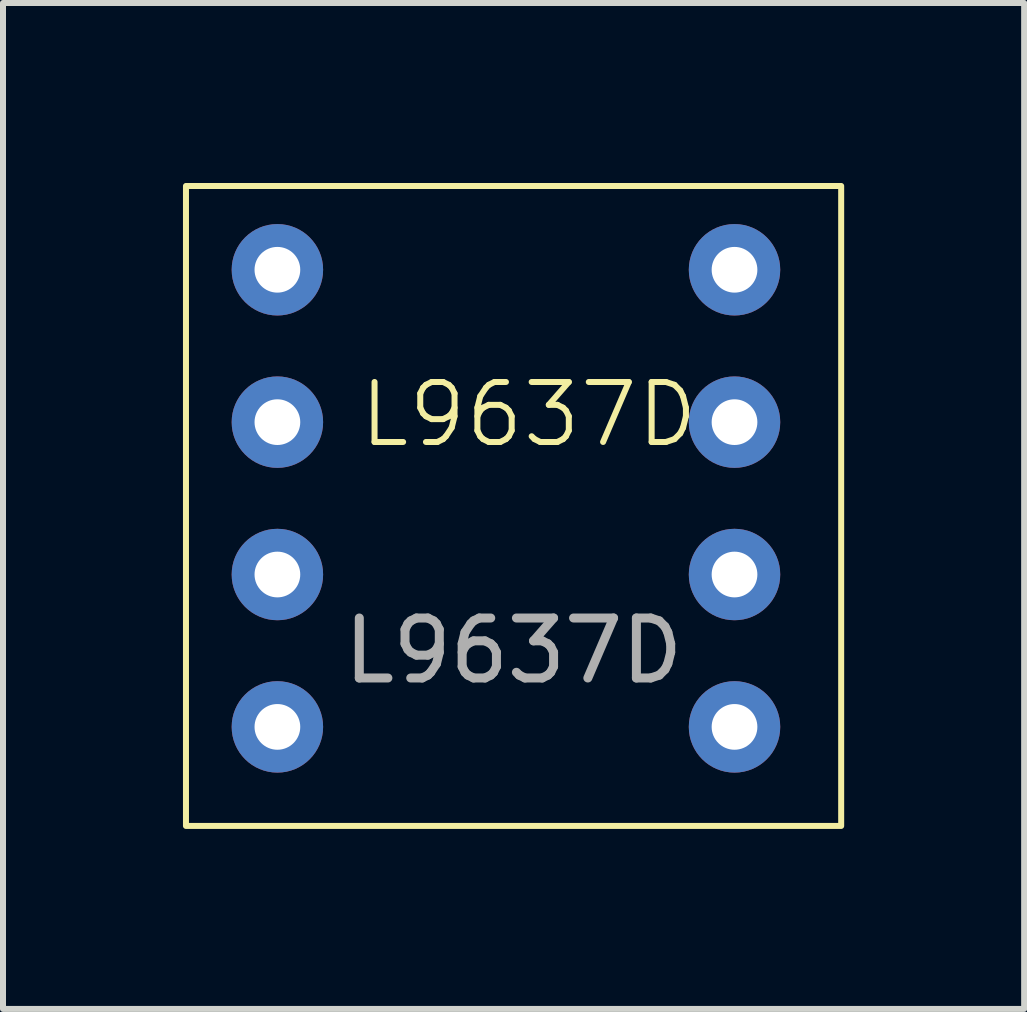
<source format=kicad_pcb>
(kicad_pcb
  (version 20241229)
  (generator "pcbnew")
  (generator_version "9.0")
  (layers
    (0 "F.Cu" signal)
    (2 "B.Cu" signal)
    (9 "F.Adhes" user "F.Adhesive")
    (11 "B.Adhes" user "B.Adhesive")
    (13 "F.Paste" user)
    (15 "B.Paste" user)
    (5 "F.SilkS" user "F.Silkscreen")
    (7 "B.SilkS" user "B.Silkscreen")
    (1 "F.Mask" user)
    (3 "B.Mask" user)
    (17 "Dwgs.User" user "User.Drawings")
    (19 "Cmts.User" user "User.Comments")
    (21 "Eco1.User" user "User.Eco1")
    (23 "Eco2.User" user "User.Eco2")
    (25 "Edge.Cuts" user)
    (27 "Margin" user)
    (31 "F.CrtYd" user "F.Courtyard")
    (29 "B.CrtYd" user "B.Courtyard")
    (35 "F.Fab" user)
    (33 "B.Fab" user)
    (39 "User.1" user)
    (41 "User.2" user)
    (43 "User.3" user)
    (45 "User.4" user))
  (footprint "L9637D"
    (layer "F.Cu")
    (at 5.638 5.384)
    (property "Reference" "L9637D" (at 0.127 -1.524 0) (unlocked yes) (layer "F.SilkS") (effects (font (size 1 1) (thickness 0.1))))
    (attr through_hole)
    (fp_rect (start -5.588 -5.334) (end 5.334 5.334) (stroke (width 0.1) (type default)) (fill no) (layer "F.SilkS"))
    (fp_text user "${REFERENCE}" (at -0.127 2.413 0) (unlocked yes) (layer "F.Fab") (effects (font (size 1 1) (thickness 0.15))))
    (pad "1" thru_hole circle (at -4.064 -3.937) (size 1.524 1.524) (drill 0.762) (layers "*.Cu" "*.Mask"))
    (pad "2" thru_hole circle (at -4.064 -1.397) (size 1.524 1.524) (drill 0.762) (layers "*.Cu" "*.Mask"))
    (pad "3" thru_hole circle (at -4.064 1.143) (size 1.524 1.524) (drill 0.762) (layers "*.Cu" "*.Mask"))
    (pad "4" thru_hole circle (at -4.064 3.683) (size 1.524 1.524) (drill 0.762) (layers "*.Cu" "*.Mask"))
    (pad "5" thru_hole circle (at 3.556 3.683) (size 1.524 1.524) (drill 0.762) (layers "*.Cu" "*.Mask"))
    (pad "6" thru_hole circle (at 3.556 1.143) (size 1.524 1.524) (drill 0.762) (layers "*.Cu" "*.Mask"))
    (pad "7" thru_hole circle (at 3.556 -1.397) (size 1.524 1.524) (drill 0.762) (layers "*.Cu" "*.Mask"))
    (pad "8" thru_hole circle (at 3.556 -3.937) (size 1.524 1.524) (drill 0.762) (layers "*.Cu" "*.Mask")))
  (gr_rect
    (start -3 -3)
    (end 14.022 13.768)
    (stroke (width 0.1) (type default))
    (fill no)
    (layer "Edge.Cuts")))
</source>
